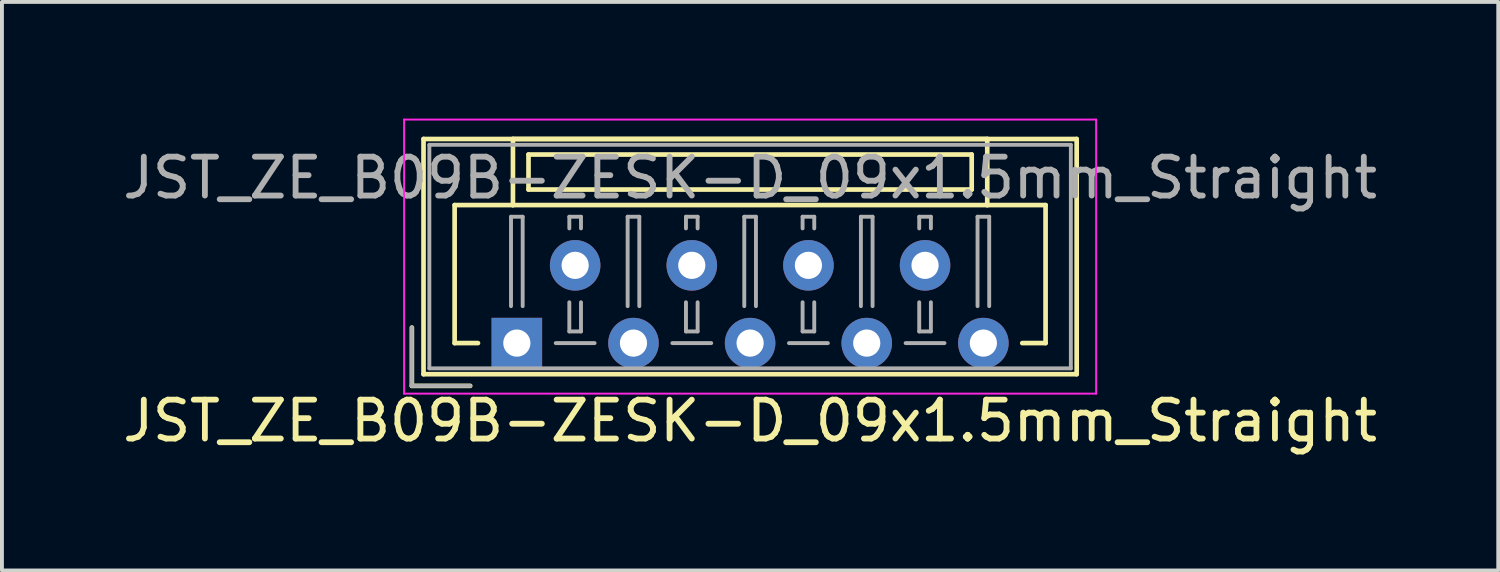
<source format=kicad_pcb>
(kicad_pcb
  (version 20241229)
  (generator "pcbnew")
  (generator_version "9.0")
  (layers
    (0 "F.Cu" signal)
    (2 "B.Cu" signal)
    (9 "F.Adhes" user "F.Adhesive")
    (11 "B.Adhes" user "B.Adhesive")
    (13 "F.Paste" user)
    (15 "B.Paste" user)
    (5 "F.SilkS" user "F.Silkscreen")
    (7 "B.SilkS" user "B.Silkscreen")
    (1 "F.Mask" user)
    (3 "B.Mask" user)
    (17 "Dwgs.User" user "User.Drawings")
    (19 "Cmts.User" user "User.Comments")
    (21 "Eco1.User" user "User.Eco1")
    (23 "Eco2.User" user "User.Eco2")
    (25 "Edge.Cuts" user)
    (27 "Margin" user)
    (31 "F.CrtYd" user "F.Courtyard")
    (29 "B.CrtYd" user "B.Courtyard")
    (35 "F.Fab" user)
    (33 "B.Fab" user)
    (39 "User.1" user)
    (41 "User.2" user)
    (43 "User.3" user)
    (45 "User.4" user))
  (footprint "JST_ZE_B09B-ZESK-D_09x1.5mm_Straight"
    (layer "F.Cu")
    (at 10.244 5.775)
    (property "Reference" "JST_ZE_B09B-ZESK-D_09x1.5mm_Straight" (at 6 2 0) (layer "F.SilkS") (effects (font (size 1 1) (thickness 0.15))))
    (attr through_hole)
    (fp_line (start -2.7 -0.4) (end -2.7 1.1) (stroke (width 0.12) (type solid)) (layer "F.SilkS"))
    (fp_line (start -2.7 1.1) (end -1.2 1.1) (stroke (width 0.12) (type solid)) (layer "F.SilkS"))
    (fp_line (start -2.4 -5.25) (end -2.4 0.8) (stroke (width 0.12) (type solid)) (layer "F.SilkS"))
    (fp_line (start -2.4 0.8) (end 14.4 0.8) (stroke (width 0.12) (type solid)) (layer "F.SilkS"))
    (fp_line (start -1.6 -3.55) (end -1.6 0) (stroke (width 0.12) (type solid)) (layer "F.SilkS"))
    (fp_line (start -1.6 0) (end -1 0) (stroke (width 0.12) (type solid)) (layer "F.SilkS"))
    (fp_line (start -0.1 -5.25) (end -0.1 -3.55) (stroke (width 0.12) (type solid)) (layer "F.SilkS"))
    (fp_line (start -0.1 -3.55) (end -1.6 -3.55) (stroke (width 0.12) (type solid)) (layer "F.SilkS"))
    (fp_line (start -0.1 -3.55) (end 12.1 -3.55) (stroke (width 0.12) (type solid)) (layer "F.SilkS"))
    (fp_line (start 0.3 -4.85) (end 0.3 -3.95) (stroke (width 0.12) (type solid)) (layer "F.SilkS"))
    (fp_line (start 0.3 -3.95) (end 11.7 -3.95) (stroke (width 0.12) (type solid)) (layer "F.SilkS"))
    (fp_line (start 11.7 -4.85) (end 0.3 -4.85) (stroke (width 0.12) (type solid)) (layer "F.SilkS"))
    (fp_line (start 11.7 -3.95) (end 11.7 -4.85) (stroke (width 0.12) (type solid)) (layer "F.SilkS"))
    (fp_line (start 12.1 -5.25) (end -0.1 -5.25) (stroke (width 0.12) (type solid)) (layer "F.SilkS"))
    (fp_line (start 12.1 -3.55) (end 12.1 -5.25) (stroke (width 0.12) (type solid)) (layer "F.SilkS"))
    (fp_line (start 12.1 -3.55) (end 13.6 -3.55) (stroke (width 0.12) (type solid)) (layer "F.SilkS"))
    (fp_line (start 13.6 -3.55) (end 13.6 0) (stroke (width 0.12) (type solid)) (layer "F.SilkS"))
    (fp_line (start 13.6 0) (end 13 0) (stroke (width 0.12) (type solid)) (layer "F.SilkS"))
    (fp_line (start 14.4 -5.25) (end -2.4 -5.25) (stroke (width 0.12) (type solid)) (layer "F.SilkS"))
    (fp_line (start 14.4 0.8) (end 14.4 -5.25) (stroke (width 0.12) (type solid)) (layer "F.SilkS"))
    (fp_line (start -2.9 -5.75) (end -2.9 1.3) (stroke (width 0.05) (type solid)) (layer "F.CrtYd"))
    (fp_line (start -2.9 1.3) (end 14.9 1.3) (stroke (width 0.05) (type solid)) (layer "F.CrtYd"))
    (fp_line (start 14.9 -5.75) (end -2.9 -5.75) (stroke (width 0.05) (type solid)) (layer "F.CrtYd"))
    (fp_line (start 14.9 1.3) (end 14.9 -5.75) (stroke (width 0.05) (type solid)) (layer "F.CrtYd"))
    (fp_line (start -2.7 -0.4) (end -2.7 1.1) (stroke (width 0.1) (type solid)) (layer "F.Fab"))
    (fp_line (start -2.7 1.1) (end -1.2 1.1) (stroke (width 0.1) (type solid)) (layer "F.Fab"))
    (fp_line (start -2.25 -5.1) (end -2.25 0.65) (stroke (width 0.1) (type solid)) (layer "F.Fab"))
    (fp_line (start -2.25 0.65) (end 14.25 0.65) (stroke (width 0.1) (type solid)) (layer "F.Fab"))
    (fp_line (start -0.15 -3.25) (end 0.15 -3.25) (stroke (width 0.1) (type solid)) (layer "F.Fab"))
    (fp_line (start -0.15 -0.95) (end -0.15 -3.25) (stroke (width 0.1) (type solid)) (layer "F.Fab"))
    (fp_line (start 0.15 -3.25) (end 0.15 -0.95) (stroke (width 0.1) (type solid)) (layer "F.Fab"))
    (fp_line (start 1 0) (end 2 0) (stroke (width 0.1) (type solid)) (layer "F.Fab"))
    (fp_line (start 1.35 -3.25) (end 1.65 -3.25) (stroke (width 0.1) (type solid)) (layer "F.Fab"))
    (fp_line (start 1.35 -2.95) (end 1.35 -3.25) (stroke (width 0.1) (type solid)) (layer "F.Fab"))
    (fp_line (start 1.35 -1.05) (end 1.35 -0.3) (stroke (width 0.1) (type solid)) (layer "F.Fab"))
    (fp_line (start 1.35 -0.3) (end 1.65 -0.3) (stroke (width 0.1) (type solid)) (layer "F.Fab"))
    (fp_line (start 1.65 -3.25) (end 1.65 -2.95) (stroke (width 0.1) (type solid)) (layer "F.Fab"))
    (fp_line (start 1.65 -0.3) (end 1.65 -1.05) (stroke (width 0.1) (type solid)) (layer "F.Fab"))
    (fp_line (start 2.85 -3.25) (end 3.15 -3.25) (stroke (width 0.1) (type solid)) (layer "F.Fab"))
    (fp_line (start 2.85 -0.95) (end 2.85 -3.25) (stroke (width 0.1) (type solid)) (layer "F.Fab"))
    (fp_line (start 3.15 -3.25) (end 3.15 -0.95) (stroke (width 0.1) (type solid)) (layer "F.Fab"))
    (fp_line (start 4 0) (end 5 0) (stroke (width 0.1) (type solid)) (layer "F.Fab"))
    (fp_line (start 4.35 -3.25) (end 4.65 -3.25) (stroke (width 0.1) (type solid)) (layer "F.Fab"))
    (fp_line (start 4.35 -2.95) (end 4.35 -3.25) (stroke (width 0.1) (type solid)) (layer "F.Fab"))
    (fp_line (start 4.35 -1.05) (end 4.35 -0.3) (stroke (width 0.1) (type solid)) (layer "F.Fab"))
    (fp_line (start 4.35 -0.3) (end 4.65 -0.3) (stroke (width 0.1) (type solid)) (layer "F.Fab"))
    (fp_line (start 4.65 -3.25) (end 4.65 -2.95) (stroke (width 0.1) (type solid)) (layer "F.Fab"))
    (fp_line (start 4.65 -0.3) (end 4.65 -1.05) (stroke (width 0.1) (type solid)) (layer "F.Fab"))
    (fp_line (start 5.85 -3.25) (end 6.15 -3.25) (stroke (width 0.1) (type solid)) (layer "F.Fab"))
    (fp_line (start 5.85 -0.95) (end 5.85 -3.25) (stroke (width 0.1) (type solid)) (layer "F.Fab"))
    (fp_line (start 6.15 -3.25) (end 6.15 -0.95) (stroke (width 0.1) (type solid)) (layer "F.Fab"))
    (fp_line (start 7 0) (end 8 0) (stroke (width 0.1) (type solid)) (layer "F.Fab"))
    (fp_line (start 7.35 -3.25) (end 7.65 -3.25) (stroke (width 0.1) (type solid)) (layer "F.Fab"))
    (fp_line (start 7.35 -2.95) (end 7.35 -3.25) (stroke (width 0.1) (type solid)) (layer "F.Fab"))
    (fp_line (start 7.35 -1.05) (end 7.35 -0.3) (stroke (width 0.1) (type solid)) (layer "F.Fab"))
    (fp_line (start 7.35 -0.3) (end 7.65 -0.3) (stroke (width 0.1) (type solid)) (layer "F.Fab"))
    (fp_line (start 7.65 -3.25) (end 7.65 -2.95) (stroke (width 0.1) (type solid)) (layer "F.Fab"))
    (fp_line (start 7.65 -0.3) (end 7.65 -1.05) (stroke (width 0.1) (type solid)) (layer "F.Fab"))
    (fp_line (start 8.85 -3.25) (end 9.15 -3.25) (stroke (width 0.1) (type solid)) (layer "F.Fab"))
    (fp_line (start 8.85 -0.95) (end 8.85 -3.25) (stroke (width 0.1) (type solid)) (layer "F.Fab"))
    (fp_line (start 9.15 -3.25) (end 9.15 -0.95) (stroke (width 0.1) (type solid)) (layer "F.Fab"))
    (fp_line (start 10 0) (end 11 0) (stroke (width 0.1) (type solid)) (layer "F.Fab"))
    (fp_line (start 10.35 -3.25) (end 10.65 -3.25) (stroke (width 0.1) (type solid)) (layer "F.Fab"))
    (fp_line (start 10.35 -2.95) (end 10.35 -3.25) (stroke (width 0.1) (type solid)) (layer "F.Fab"))
    (fp_line (start 10.35 -1.05) (end 10.35 -0.3) (stroke (width 0.1) (type solid)) (layer "F.Fab"))
    (fp_line (start 10.35 -0.3) (end 10.65 -0.3) (stroke (width 0.1) (type solid)) (layer "F.Fab"))
    (fp_line (start 10.65 -3.25) (end 10.65 -2.95) (stroke (width 0.1) (type solid)) (layer "F.Fab"))
    (fp_line (start 10.65 -0.3) (end 10.65 -1.05) (stroke (width 0.1) (type solid)) (layer "F.Fab"))
    (fp_line (start 11.85 -3.25) (end 12.15 -3.25) (stroke (width 0.1) (type solid)) (layer "F.Fab"))
    (fp_line (start 11.85 -0.95) (end 11.85 -3.25) (stroke (width 0.1) (type solid)) (layer "F.Fab"))
    (fp_line (start 12.15 -3.25) (end 12.15 -0.95) (stroke (width 0.1) (type solid)) (layer "F.Fab"))
    (fp_line (start 14.25 -5.1) (end -2.25 -5.1) (stroke (width 0.1) (type solid)) (layer "F.Fab"))
    (fp_line (start 14.25 0.65) (end 14.25 -5.1) (stroke (width 0.1) (type solid)) (layer "F.Fab"))
    (fp_text user "${REFERENCE}" (at 6 -4.25 0) (layer "F.Fab") (effects (font (size 1 1) (thickness 0.15))))
    (pad "1" thru_hole rect (at 0 0) (size 1.3 1.3) (drill 0.7) (layers "*.Cu" "*.Mask"))
    (pad "2" thru_hole circle (at 1.5 -2) (size 1.3 1.3) (drill 0.7) (layers "*.Cu" "*.Mask"))
    (pad "3" thru_hole circle (at 3 0) (size 1.3 1.3) (drill 0.7) (layers "*.Cu" "*.Mask"))
    (pad "4" thru_hole circle (at 4.5 -2) (size 1.3 1.3) (drill 0.7) (layers "*.Cu" "*.Mask"))
    (pad "5" thru_hole circle (at 6 0) (size 1.3 1.3) (drill 0.7) (layers "*.Cu" "*.Mask"))
    (pad "6" thru_hole circle (at 7.5 -2) (size 1.3 1.3) (drill 0.7) (layers "*.Cu" "*.Mask"))
    (pad "7" thru_hole circle (at 9 0) (size 1.3 1.3) (drill 0.7) (layers "*.Cu" "*.Mask"))
    (pad "8" thru_hole circle (at 10.5 -2) (size 1.3 1.3) (drill 0.7) (layers "*.Cu" "*.Mask"))
    (pad "9" thru_hole circle (at 12 0) (size 1.3 1.3) (drill 0.7) (layers "*.Cu" "*.Mask")))
  (gr_rect
    (start -3 -3)
    (end 35.488 11.623)
    (stroke (width 0.1) (type default))
    (fill no)
    (layer "Edge.Cuts")))
</source>
